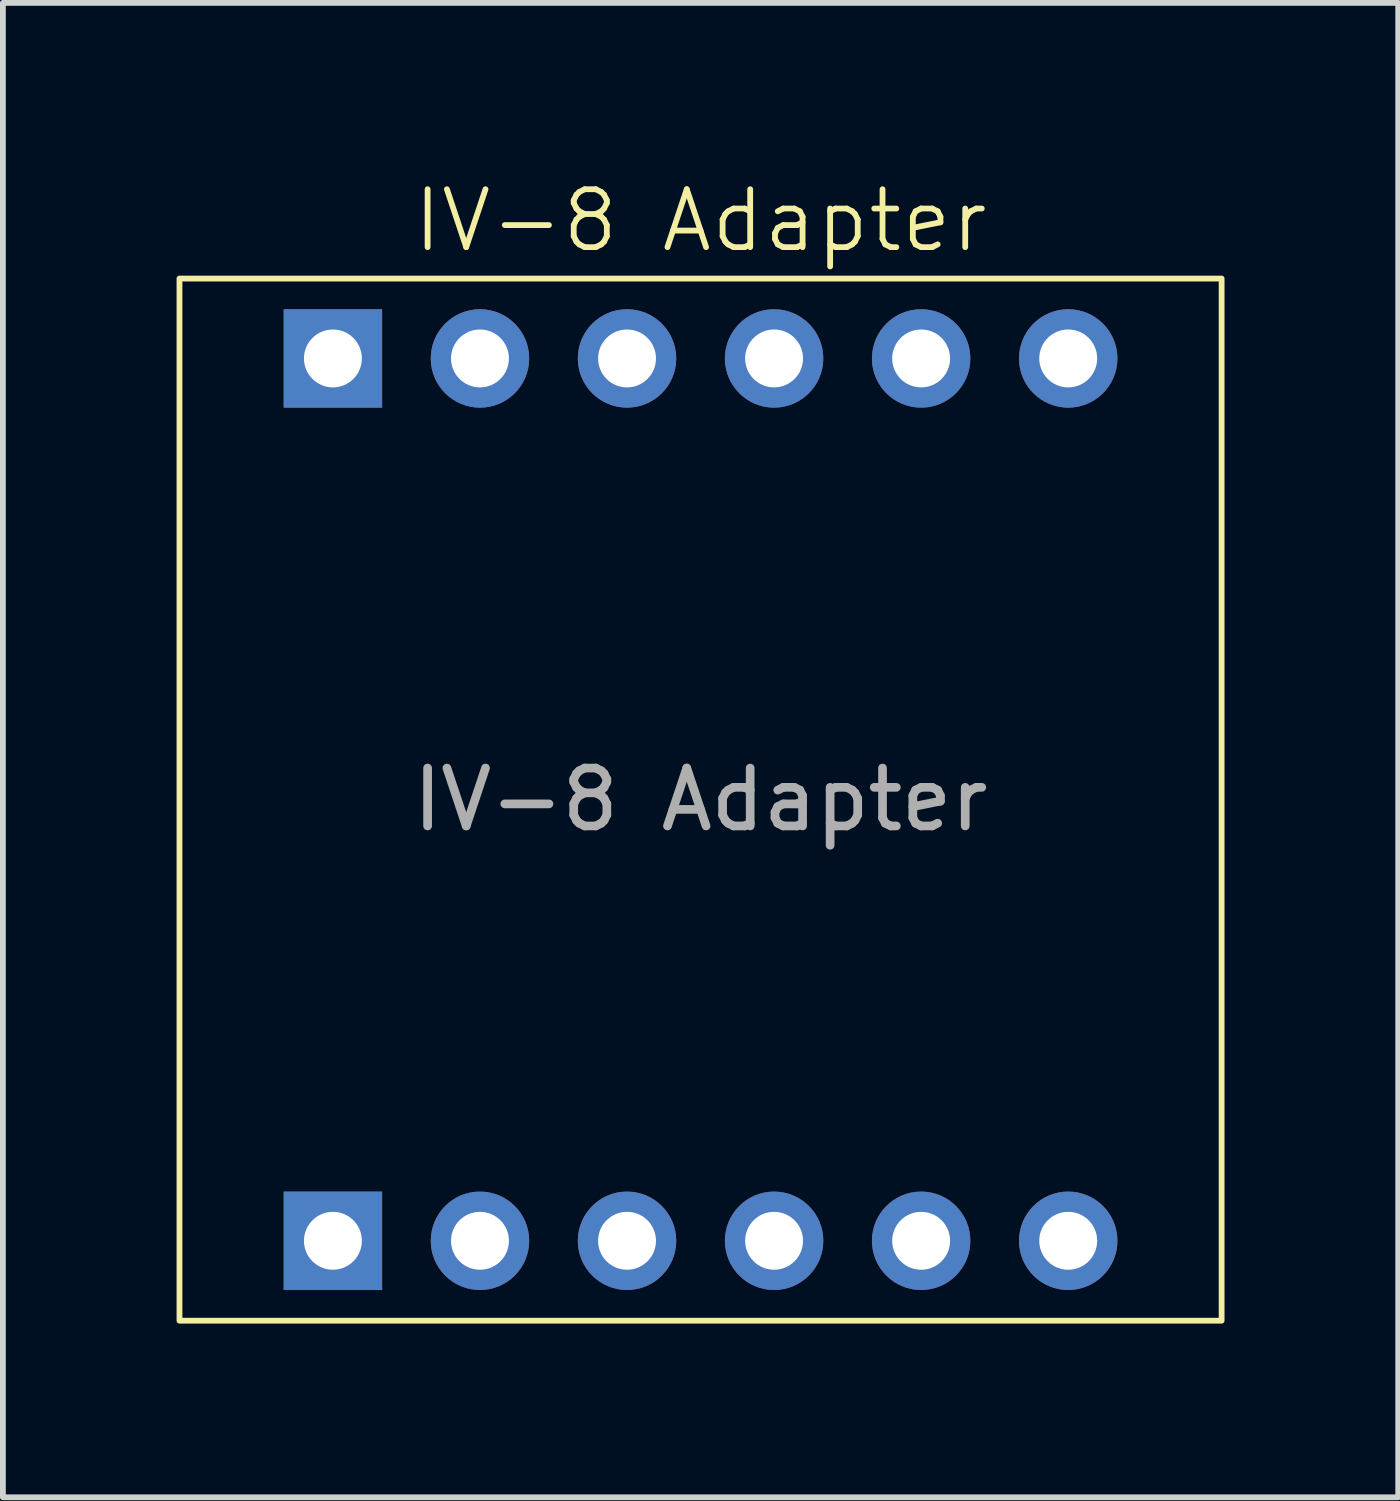
<source format=kicad_pcb>
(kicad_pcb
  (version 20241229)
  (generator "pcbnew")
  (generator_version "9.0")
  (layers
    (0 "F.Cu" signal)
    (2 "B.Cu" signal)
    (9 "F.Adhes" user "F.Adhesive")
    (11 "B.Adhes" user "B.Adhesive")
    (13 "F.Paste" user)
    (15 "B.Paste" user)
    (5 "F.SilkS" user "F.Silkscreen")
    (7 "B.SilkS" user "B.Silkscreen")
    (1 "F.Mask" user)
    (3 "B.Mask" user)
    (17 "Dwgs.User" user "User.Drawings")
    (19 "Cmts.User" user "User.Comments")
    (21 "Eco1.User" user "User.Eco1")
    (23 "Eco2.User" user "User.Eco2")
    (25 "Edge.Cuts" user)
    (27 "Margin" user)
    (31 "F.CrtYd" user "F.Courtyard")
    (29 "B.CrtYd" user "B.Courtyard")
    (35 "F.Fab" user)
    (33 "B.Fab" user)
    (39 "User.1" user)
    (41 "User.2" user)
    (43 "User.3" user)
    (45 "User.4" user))
  (footprint "IV-8 Adapter"
    (layer "F.Cu")
    (at 9.05 10.761)
    (property "Reference" "IV-8 Adapter" (at 0 -10 0) (unlocked yes) (layer "F.SilkS") (effects (font (size 1 1) (thickness 0.1))))
    (attr through_hole)
    (fp_rect (start -9 -9) (end 9 9) (stroke (width 0.1) (type default)) (fill no) (layer "F.SilkS"))
    (fp_text user "${REFERENCE}" (at 0 0 0) (unlocked yes) (layer "F.Fab") (effects (font (size 1 1) (thickness 0.15))))
    (pad "1" thru_hole rect (at -6.35 7.62 90) (size 1.7 1.7) (drill 1) (layers "*.Cu" "*.Mask"))
    (pad "2" thru_hole oval (at -3.81 7.62 90) (size 1.7 1.7) (drill 1) (layers "*.Cu" "*.Mask"))
    (pad "3" thru_hole oval (at -1.27 7.62 90) (size 1.7 1.7) (drill 1) (layers "*.Cu" "*.Mask"))
    (pad "5" thru_hole oval (at 1.27 7.62 90) (size 1.7 1.7) (drill 1) (layers "*.Cu" "*.Mask"))
    (pad "6" thru_hole oval (at 3.81 7.62 90) (size 1.7 1.7) (drill 1) (layers "*.Cu" "*.Mask"))
    (pad "7" thru_hole oval (at 6.35 7.62 90) (size 1.7 1.7) (drill 1) (layers "*.Cu" "*.Mask"))
    (pad "8" thru_hole oval (at 6.35 -7.62 90) (size 1.7 1.7) (drill 1) (layers "*.Cu" "*.Mask"))
    (pad "9" thru_hole oval (at 3.81 -7.62 90) (size 1.7 1.7) (drill 1) (layers "*.Cu" "*.Mask"))
    (pad "10" thru_hole oval (at 1.27 -7.62 90) (size 1.7 1.7) (drill 1) (layers "*.Cu" "*.Mask"))
    (pad "12" thru_hole oval (at -1.27 -7.62 90) (size 1.7 1.7) (drill 1) (layers "*.Cu" "*.Mask"))
    (pad "13" thru_hole oval (at -3.81 -7.62 90) (size 1.7 1.7) (drill 1) (layers "*.Cu" "*.Mask"))
    (pad "14" thru_hole rect (at -6.35 -7.62 90) (size 1.7 1.7) (drill 1) (layers "*.Cu" "*.Mask")))
  (gr_rect
    (start -3 -3)
    (end 21.1 22.811)
    (stroke (width 0.1) (type default))
    (fill no)
    (layer "Edge.Cuts")))
</source>
